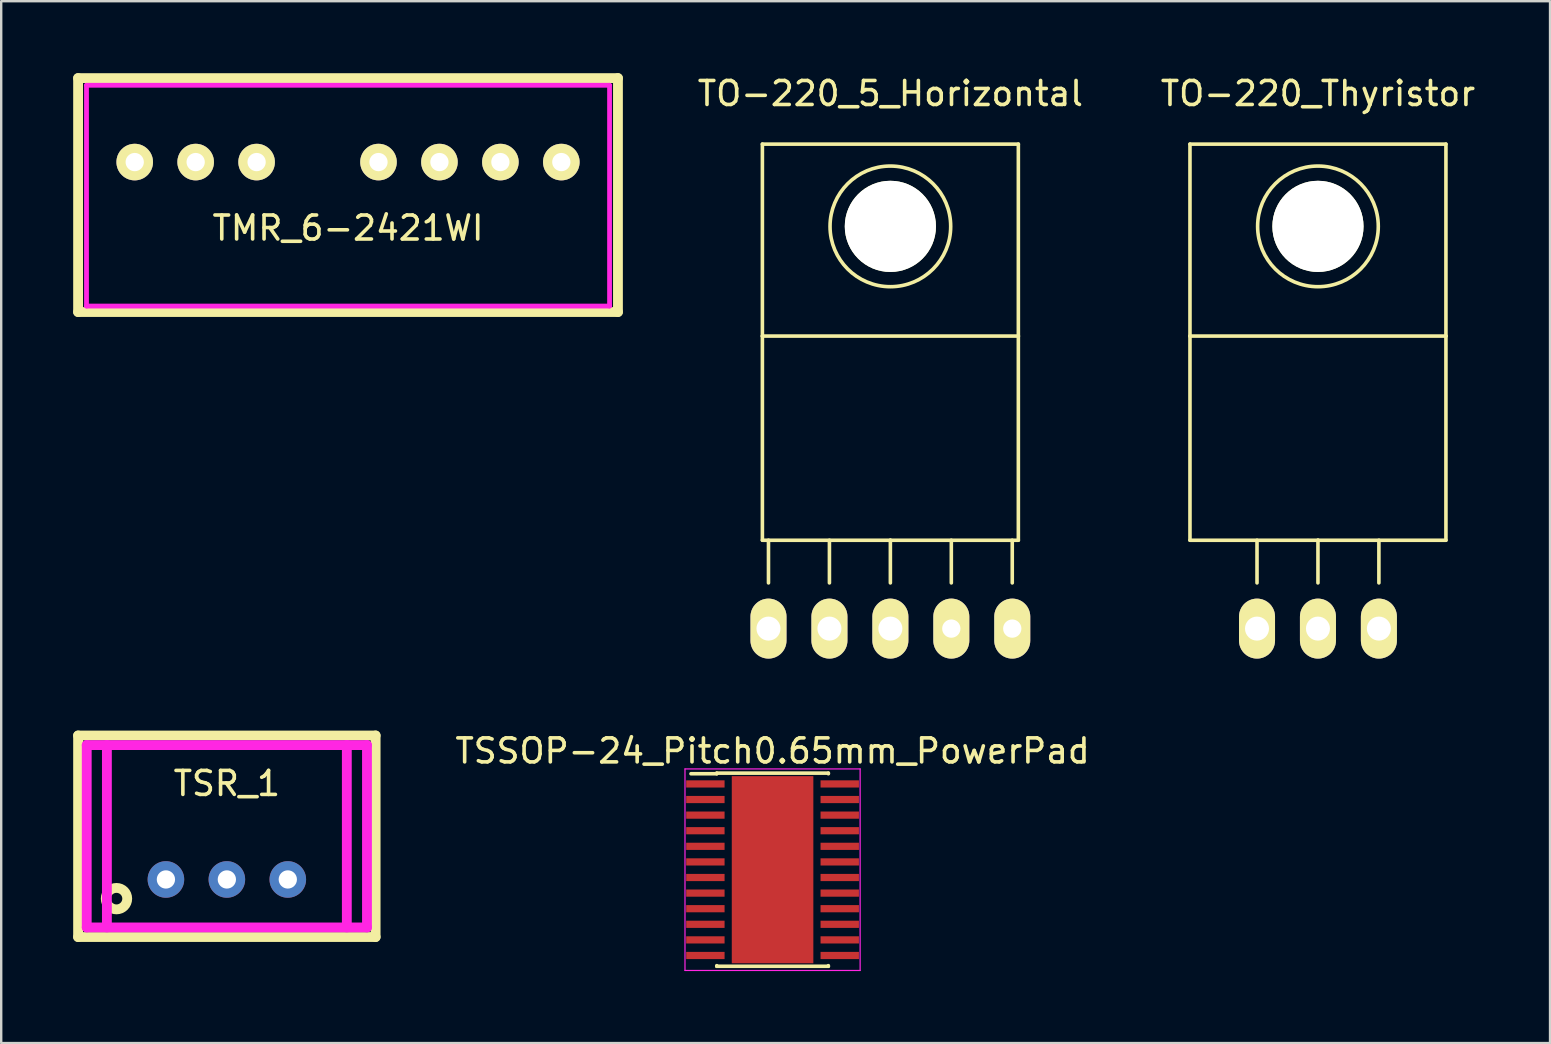
<source format=kicad_pcb>
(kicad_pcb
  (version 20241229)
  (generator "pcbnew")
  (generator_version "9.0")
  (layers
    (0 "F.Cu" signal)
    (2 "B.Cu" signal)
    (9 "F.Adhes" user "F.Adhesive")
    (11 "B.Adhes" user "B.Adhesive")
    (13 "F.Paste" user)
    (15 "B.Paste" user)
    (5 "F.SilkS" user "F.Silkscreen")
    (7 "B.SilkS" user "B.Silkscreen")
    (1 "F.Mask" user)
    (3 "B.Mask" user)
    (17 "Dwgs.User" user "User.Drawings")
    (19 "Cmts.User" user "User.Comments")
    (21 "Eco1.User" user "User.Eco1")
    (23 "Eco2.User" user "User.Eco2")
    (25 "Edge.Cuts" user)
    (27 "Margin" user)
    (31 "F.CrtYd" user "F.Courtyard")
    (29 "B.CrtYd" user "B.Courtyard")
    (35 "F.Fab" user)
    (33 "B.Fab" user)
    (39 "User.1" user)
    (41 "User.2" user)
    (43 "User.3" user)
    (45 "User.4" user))
  (footprint "TO-220_5_Horizontal"
    (layer "F.Cu")
    (at 34.059 23.149)
    (property "Reference" "TO-220_5_Horizontal" (at 0 -22.301 0) (layer "F.SilkS") (effects (font (size 1 1) (thickness 0.15))))
    (attr through_hole)
    (fp_line (start -5.334 -20.193) (end -5.334 -12.192) (stroke (width 0.15) (type solid)) (layer "F.SilkS"))
    (fp_line (start -5.334 -12.192) (end -5.334 -3.683) (stroke (width 0.15) (type solid)) (layer "F.SilkS"))
    (fp_line (start -5.08 -3.683) (end -5.08 -1.905) (stroke (width 0.15) (type solid)) (layer "F.SilkS"))
    (fp_line (start -2.54 -3.683) (end -2.54 -1.905) (stroke (width 0.15) (type solid)) (layer "F.SilkS"))
    (fp_line (start 0 -3.683) (end -5.334 -3.683) (stroke (width 0.15) (type solid)) (layer "F.SilkS"))
    (fp_line (start 0 -3.683) (end 0 -1.905) (stroke (width 0.15) (type solid)) (layer "F.SilkS"))
    (fp_line (start 0 -3.683) (end 5.334 -3.683) (stroke (width 0.15) (type solid)) (layer "F.SilkS"))
    (fp_line (start 2.54 -3.683) (end 2.54 -1.905) (stroke (width 0.15) (type solid)) (layer "F.SilkS"))
    (fp_line (start 5.08 -3.683) (end 5.08 -1.905) (stroke (width 0.15) (type solid)) (layer "F.SilkS"))
    (fp_line (start 5.334 -20.193) (end -5.334 -20.193) (stroke (width 0.15) (type solid)) (layer "F.SilkS"))
    (fp_line (start 5.334 -12.192) (end -5.334 -12.192) (stroke (width 0.15) (type solid)) (layer "F.SilkS"))
    (fp_line (start 5.334 -12.192) (end 5.334 -20.193) (stroke (width 0.15) (type solid)) (layer "F.SilkS"))
    (fp_line (start 5.334 -3.683) (end 5.334 -12.192) (stroke (width 0.15) (type solid)) (layer "F.SilkS"))
    (fp_circle (center 0 -16.764) (end 1.778 -14.986) (stroke (width 0.15) (type solid)) (fill no) (layer "F.SilkS"))
    (pad "" np_thru_hole circle (at 0 -16.764 90) (size 3.8 3.8) (drill 3.8) (layers "*.Cu" "*.Mask" "F.SilkS"))
    (pad "1" thru_hole oval (at -5.08 0 90) (size 2.499 1.501) (drill 1.001) (layers "*.Cu" "*.Mask" "F.SilkS"))
    (pad "2" thru_hole oval (at -2.54 0 90) (size 2.499 1.501) (drill 1.001) (layers "*.Cu" "*.Mask" "F.SilkS"))
    (pad "3" thru_hole oval (at 0 0 90) (size 2.499 1.501) (drill 1.001) (layers "*.Cu" "*.Mask" "F.SilkS"))
    (pad "4" thru_hole oval (at 2.54 0 90) (size 2.5 1.5) (drill 0.762) (layers "*.Cu" "*.Mask" "F.SilkS"))
    (pad "5" thru_hole oval (at 5.08 0 90) (size 2.5 1.5) (drill 0.762) (layers "*.Cu" "*.Mask" "F.SilkS")))
  (footprint "TO-220_Thyristor"
    (layer "F.Cu")
    (at 51.88 23.149)
    (property "Reference" "TO-220_Thyristor" (at 0 -22.301 0) (layer "F.SilkS") (effects (font (size 1 1) (thickness 0.15))))
    (attr through_hole)
    (fp_line (start -5.334 -20.193) (end -5.334 -12.192) (stroke (width 0.15) (type solid)) (layer "F.SilkS"))
    (fp_line (start -5.334 -12.192) (end -5.334 -3.683) (stroke (width 0.15) (type solid)) (layer "F.SilkS"))
    (fp_line (start -2.54 -3.683) (end -2.54 -1.905) (stroke (width 0.15) (type solid)) (layer "F.SilkS"))
    (fp_line (start 0 -3.683) (end -5.334 -3.683) (stroke (width 0.15) (type solid)) (layer "F.SilkS"))
    (fp_line (start 0 -3.683) (end 0 -1.905) (stroke (width 0.15) (type solid)) (layer "F.SilkS"))
    (fp_line (start 0 -3.683) (end 5.334 -3.683) (stroke (width 0.15) (type solid)) (layer "F.SilkS"))
    (fp_line (start 2.54 -3.683) (end 2.54 -1.905) (stroke (width 0.15) (type solid)) (layer "F.SilkS"))
    (fp_line (start 5.334 -20.193) (end -5.334 -20.193) (stroke (width 0.15) (type solid)) (layer "F.SilkS"))
    (fp_line (start 5.334 -12.192) (end -5.334 -12.192) (stroke (width 0.15) (type solid)) (layer "F.SilkS"))
    (fp_line (start 5.334 -12.192) (end 5.334 -20.193) (stroke (width 0.15) (type solid)) (layer "F.SilkS"))
    (fp_line (start 5.334 -3.683) (end 5.334 -12.192) (stroke (width 0.15) (type solid)) (layer "F.SilkS"))
    (fp_circle (center 0 -16.764) (end 1.778 -14.986) (stroke (width 0.15) (type solid)) (fill no) (layer "F.SilkS"))
    (pad "" np_thru_hole circle (at 0 -16.764 90) (size 3.8 3.8) (drill 3.8) (layers "*.Cu" "*.Mask" "F.SilkS"))
    (pad "A" thru_hole oval (at 0 0 90) (size 2.499 1.501) (drill 1.001) (layers "*.Cu" "*.Mask" "F.SilkS"))
    (pad "G" thru_hole oval (at 2.54 0 90) (size 2.499 1.501) (drill 1.001) (layers "*.Cu" "*.Mask" "F.SilkS"))
    (pad "K" thru_hole oval (at -2.54 0 90) (size 2.499 1.501) (drill 1.001) (layers "*.Cu" "*.Mask" "F.SilkS")))
  (footprint "TSSOP-24_Pitch0.65mm_PowerPad"
    (layer "F.Cu")
    (at 29.149 33.198)
    (property "Reference" "TSSOP-24_Pitch0.65mm_PowerPad" (at 0 -4.95 0) (layer "F.SilkS") (effects (font (size 1 1) (thickness 0.15))))
    (attr smd)
    (fp_line (start -2.325 -4.025) (end -2.325 -4) (stroke (width 0.15) (type solid)) (layer "F.SilkS"))
    (fp_line (start -2.325 -4.025) (end 2.325 -4.025) (stroke (width 0.15) (type solid)) (layer "F.SilkS"))
    (fp_line (start -2.325 -4) (end -3.4 -4) (stroke (width 0.15) (type solid)) (layer "F.SilkS"))
    (fp_line (start -2.325 4.025) (end -2.325 4) (stroke (width 0.15) (type solid)) (layer "F.SilkS"))
    (fp_line (start -2.325 4.025) (end 2.325 4.025) (stroke (width 0.15) (type solid)) (layer "F.SilkS"))
    (fp_line (start 2.325 -4.025) (end 2.325 -4) (stroke (width 0.15) (type solid)) (layer "F.SilkS"))
    (fp_line (start 2.325 4.025) (end 2.325 4) (stroke (width 0.15) (type solid)) (layer "F.SilkS"))
    (fp_line (start -3.65 -4.2) (end -3.65 4.2) (stroke (width 0.05) (type solid)) (layer "F.CrtYd"))
    (fp_line (start -3.65 -4.2) (end 3.65 -4.2) (stroke (width 0.05) (type solid)) (layer "F.CrtYd"))
    (fp_line (start -3.65 4.2) (end 3.65 4.2) (stroke (width 0.05) (type solid)) (layer "F.CrtYd"))
    (fp_line (start 3.65 -4.2) (end 3.65 4.2) (stroke (width 0.05) (type solid)) (layer "F.CrtYd"))
    (pad "" smd rect (at 0 0) (size 2.4 4.87) (layers "F.Mask" "F.Paste"))
    (pad "1" smd rect (at -2.8 -3.575) (size 1.6 0.3) (layers "F.Cu" "F.Mask" "F.Paste"))
    (pad "2" smd rect (at -2.8 -2.925) (size 1.6 0.3) (layers "F.Cu" "F.Mask" "F.Paste"))
    (pad "3" smd rect (at -2.8 -2.275) (size 1.6 0.3) (layers "F.Cu" "F.Mask" "F.Paste"))
    (pad "4" smd rect (at -2.8 -1.625) (size 1.6 0.3) (layers "F.Cu" "F.Mask" "F.Paste"))
    (pad "5" smd rect (at -2.8 -0.975) (size 1.6 0.3) (layers "F.Cu" "F.Mask" "F.Paste"))
    (pad "6" smd rect (at -2.8 -0.325) (size 1.6 0.3) (layers "F.Cu" "F.Mask" "F.Paste"))
    (pad "7" smd rect (at -2.8 0.325) (size 1.6 0.3) (layers "F.Cu" "F.Mask" "F.Paste"))
    (pad "8" smd rect (at -2.8 0.975) (size 1.6 0.3) (layers "F.Cu" "F.Mask" "F.Paste"))
    (pad "9" smd rect (at -2.8 1.625) (size 1.6 0.3) (layers "F.Cu" "F.Mask" "F.Paste"))
    (pad "10" smd rect (at -2.8 2.275) (size 1.6 0.3) (layers "F.Cu" "F.Mask" "F.Paste"))
    (pad "11" smd rect (at -2.8 2.925) (size 1.6 0.3) (layers "F.Cu" "F.Mask" "F.Paste"))
    (pad "12" smd rect (at -2.8 3.575) (size 1.6 0.3) (layers "F.Cu" "F.Mask" "F.Paste"))
    (pad "13" smd rect (at 2.8 3.575) (size 1.6 0.3) (layers "F.Cu" "F.Mask" "F.Paste"))
    (pad "14" smd rect (at 2.8 2.925) (size 1.6 0.3) (layers "F.Cu" "F.Mask" "F.Paste"))
    (pad "15" smd rect (at 2.8 2.275) (size 1.6 0.3) (layers "F.Cu" "F.Mask" "F.Paste"))
    (pad "16" smd rect (at 2.8 1.625) (size 1.6 0.3) (layers "F.Cu" "F.Mask" "F.Paste"))
    (pad "17" smd rect (at 2.8 0.975) (size 1.6 0.3) (layers "F.Cu" "F.Mask" "F.Paste"))
    (pad "18" smd rect (at 2.8 0.325) (size 1.6 0.3) (layers "F.Cu" "F.Mask" "F.Paste"))
    (pad "19" smd rect (at 2.8 -0.325) (size 1.6 0.3) (layers "F.Cu" "F.Mask" "F.Paste"))
    (pad "20" smd rect (at 2.8 -0.975) (size 1.6 0.3) (layers "F.Cu" "F.Mask" "F.Paste"))
    (pad "21" smd rect (at 2.8 -1.625) (size 1.6 0.3) (layers "F.Cu" "F.Mask" "F.Paste"))
    (pad "22" smd rect (at 2.8 -2.275) (size 1.6 0.3) (layers "F.Cu" "F.Mask" "F.Paste"))
    (pad "23" smd rect (at 2.8 -2.925) (size 1.6 0.3) (layers "F.Cu" "F.Mask" "F.Paste"))
    (pad "24" smd rect (at 2.8 -3.575) (size 1.6 0.3) (layers "F.Cu" "F.Mask" "F.Paste"))
    (pad "25" smd rect (at 0 0) (size 3.4 7.8) (layers "F.Cu")))
  (footprint "TSR_1"
    (layer "F.Cu")
    (at 6.405 33.604)
    (property "Reference" "TSR_1" (at 0 -4 0) (layer "F.SilkS") (effects (font (size 1 1) (thickness 0.15))))
    (attr through_hole)
    (fp_line (start -6.2 -6) (end -6.2 2.4) (stroke (width 0.41) (type solid)) (layer "F.SilkS"))
    (fp_line (start -6.2 2.4) (end 6.2 2.4) (stroke (width 0.41) (type solid)) (layer "F.SilkS"))
    (fp_line (start 6.2 -6) (end -6.2 -6) (stroke (width 0.41) (type solid)) (layer "F.SilkS"))
    (fp_line (start 6.2 2.4) (end 6.2 -6) (stroke (width 0.41) (type solid)) (layer "F.SilkS"))
    (fp_circle (center -4.6 0.8) (end -4.4 0.4) (stroke (width 0.41) (type solid)) (fill no) (layer "F.SilkS"))
    (fp_line (start -5.84 -5.6) (end -5.84 2) (stroke (width 0.41) (type solid)) (layer "F.CrtYd"))
    (fp_line (start -5.84 2) (end 5.84 2) (stroke (width 0.41) (type solid)) (layer "F.CrtYd"))
    (fp_line (start -5 -5.6) (end -5 2) (stroke (width 0.41) (type solid)) (layer "F.CrtYd"))
    (fp_line (start 5 2) (end 5 -5.6) (stroke (width 0.41) (type solid)) (layer "F.CrtYd"))
    (fp_line (start 5.84 -5.6) (end -5.84 -5.6) (stroke (width 0.41) (type solid)) (layer "F.CrtYd"))
    (fp_line (start 5.84 2) (end 5.84 -5.6) (stroke (width 0.41) (type solid)) (layer "F.CrtYd"))
    (pad "1" thru_hole circle (at -2.54 0) (size 1.524 1.524) (drill 0.762) (layers "*.Cu" "*.Mask"))
    (pad "2" thru_hole circle (at 0 0) (size 1.524 1.524) (drill 0.762) (layers "*.Cu" "*.Mask"))
    (pad "3" thru_hole circle (at 2.54 0) (size 1.524 1.524) (drill 0.762) (layers "*.Cu" "*.Mask")))
  (footprint "TMR_6-2421WI"
    (layer "F.Cu")
    (at 11.455 3.705)
    (property "Reference" "TMR_6-2421WI" (at 0 2.75 0) (layer "F.SilkS") (effects (font (size 1 1) (thickness 0.15))))
    (attr through_hole)
    (fp_line (start -11.25 -3.5) (end 11.25 -3.5) (stroke (width 0.41) (type solid)) (layer "F.SilkS"))
    (fp_line (start -11.25 6.25) (end -11.25 -3.5) (stroke (width 0.41) (type solid)) (layer "F.SilkS"))
    (fp_line (start 11.25 -3.5) (end 11.25 6.25) (stroke (width 0.41) (type solid)) (layer "F.SilkS"))
    (fp_line (start 11.25 6.25) (end -11.25 6.25) (stroke (width 0.41) (type solid)) (layer "F.SilkS"))
    (fp_line (start -10.9 -3.2) (end 10.9 -3.2) (stroke (width 0.2) (type solid)) (layer "F.CrtYd"))
    (fp_line (start -10.9 6) (end -10.9 -3.2) (stroke (width 0.2) (type solid)) (layer "F.CrtYd"))
    (fp_line (start 10.9 -3.2) (end 10.9 6) (stroke (width 0.2) (type solid)) (layer "F.CrtYd"))
    (fp_line (start 10.9 6) (end -10.9 6) (stroke (width 0.2) (type solid)) (layer "F.CrtYd"))
    (pad "1" thru_hole circle (at -8.89 0) (size 1.524 1.524) (drill 0.762) (layers "*.Cu" "*.Mask" "F.SilkS"))
    (pad "2" thru_hole circle (at -6.35 0) (size 1.524 1.524) (drill 0.762) (layers "*.Cu" "*.Mask" "F.SilkS"))
    (pad "3" thru_hole circle (at -3.81 0) (size 1.524 1.524) (drill 0.762) (layers "*.Cu" "*.Mask" "F.SilkS"))
    (pad "5" thru_hole circle (at 1.27 0) (size 1.524 1.524) (drill 0.762) (layers "*.Cu" "*.Mask" "F.SilkS"))
    (pad "6" thru_hole circle (at 3.81 0) (size 1.524 1.524) (drill 0.762) (layers "*.Cu" "*.Mask" "F.SilkS"))
    (pad "7" thru_hole circle (at 6.35 0) (size 1.524 1.524) (drill 0.762) (layers "*.Cu" "*.Mask" "F.SilkS"))
    (pad "8" thru_hole circle (at 8.89 0) (size 1.524 1.524) (drill 0.762) (layers "*.Cu" "*.Mask" "F.SilkS")))
  (gr_rect
    (start -3 -3)
    (end 61.553 40.423)
    (stroke (width 0.1) (type default))
    (fill no)
    (layer "Edge.Cuts")))
</source>
